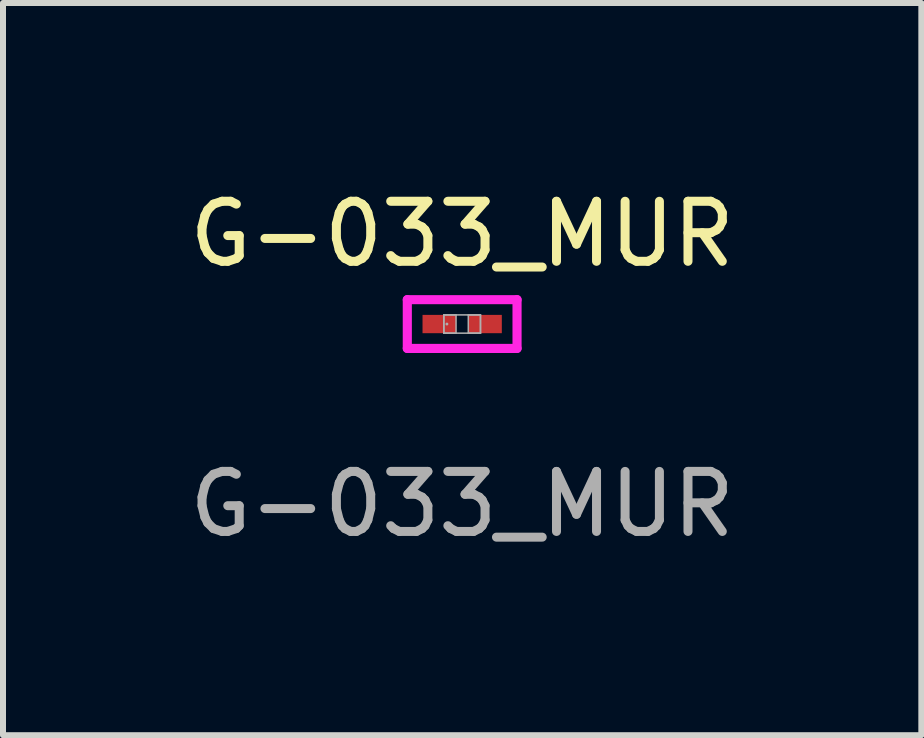
<source format=kicad_pcb>
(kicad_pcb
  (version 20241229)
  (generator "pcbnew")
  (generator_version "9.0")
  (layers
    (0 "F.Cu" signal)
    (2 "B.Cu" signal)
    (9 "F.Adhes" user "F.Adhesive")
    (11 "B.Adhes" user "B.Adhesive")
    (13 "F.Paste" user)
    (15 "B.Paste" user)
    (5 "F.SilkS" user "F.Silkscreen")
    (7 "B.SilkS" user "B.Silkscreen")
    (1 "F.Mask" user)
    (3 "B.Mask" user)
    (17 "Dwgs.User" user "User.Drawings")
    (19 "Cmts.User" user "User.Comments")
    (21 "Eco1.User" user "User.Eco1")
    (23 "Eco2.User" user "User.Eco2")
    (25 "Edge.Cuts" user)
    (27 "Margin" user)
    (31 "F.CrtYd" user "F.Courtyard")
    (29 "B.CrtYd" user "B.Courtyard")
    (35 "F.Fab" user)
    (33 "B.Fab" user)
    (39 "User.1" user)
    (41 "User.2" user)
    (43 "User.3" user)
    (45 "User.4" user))
  (footprint "G-033_MUR"
    (layer "F.Cu")
    (at 4.649 2.348)
    (property "Reference" "G-033_MUR" (at 0 -1.5 0) (unlocked yes) (layer "F.SilkS") (effects (font (size 1 1) (thickness 0.15))))
    (attr smd)
    (fp_line (start -0.914 -0.406) (end 0.914 -0.406) (stroke (width 0.152) (type solid)) (layer "F.CrtYd"))
    (fp_line (start -0.914 0.406) (end -0.914 -0.406) (stroke (width 0.152) (type solid)) (layer "F.CrtYd"))
    (fp_line (start 0.914 -0.406) (end 0.914 0.406) (stroke (width 0.152) (type solid)) (layer "F.CrtYd"))
    (fp_line (start 0.914 0.406) (end -0.914 0.406) (stroke (width 0.152) (type solid)) (layer "F.CrtYd"))
    (fp_line (start -0.305 -0.152) (end -0.305 0.152) (stroke (width 0.025) (type solid)) (layer "F.Fab"))
    (fp_line (start -0.305 -0.152) (end -0.305 0.152) (stroke (width 0.025) (type solid)) (layer "F.Fab"))
    (fp_line (start -0.305 0.152) (end -0.102 0.152) (stroke (width 0.025) (type solid)) (layer "F.Fab"))
    (fp_line (start -0.305 0.152) (end 0.305 0.152) (stroke (width 0.025) (type solid)) (layer "F.Fab"))
    (fp_line (start -0.102 -0.152) (end -0.305 -0.152) (stroke (width 0.025) (type solid)) (layer "F.Fab"))
    (fp_line (start -0.102 0.152) (end -0.102 -0.152) (stroke (width 0.025) (type solid)) (layer "F.Fab"))
    (fp_line (start 0.102 -0.152) (end 0.102 0.152) (stroke (width 0.025) (type solid)) (layer "F.Fab"))
    (fp_line (start 0.102 0.152) (end 0.305 0.152) (stroke (width 0.025) (type solid)) (layer "F.Fab"))
    (fp_line (start 0.305 -0.152) (end -0.305 -0.152) (stroke (width 0.025) (type solid)) (layer "F.Fab"))
    (fp_line (start 0.305 -0.152) (end 0.102 -0.152) (stroke (width 0.025) (type solid)) (layer "F.Fab"))
    (fp_line (start 0.305 0.152) (end 0.305 -0.152) (stroke (width 0.025) (type solid)) (layer "F.Fab"))
    (fp_line (start 0.305 0.152) (end 0.305 -0.152) (stroke (width 0.025) (type solid)) (layer "F.Fab"))
    (fp_circle (center -0.254 0) (end -0.254 0) (stroke (width 0.025) (type solid)) (fill no) (layer "F.Fab"))
    (fp_text user "${REFERENCE}" (at 0 3 0) (unlocked yes) (layer "F.Fab") (effects (font (size 1 1) (thickness 0.15))))
    (pad "1" smd rect (at -0.381 0) (size 0.559 0.305) (layers "F.Cu" "F.Mask" "F.Paste"))
    (pad "2" smd rect (at 0.381 0) (size 0.559 0.305) (layers "F.Cu" "F.Mask" "F.Paste"))
    (zone (net_name "") (layer "F.Cu") (hatch full 0.508) (connect_pads) (min_thickness 0.254) (filled_areas_thickness no) (keepout (tracks not_allowed) (vias not_allowed) (pads allowed) (copperpour not_allowed) (footprints allowed)) (placement (enabled no)) (fill) (polygon (pts (xy 4.598 2.247) (xy 4.7 2.247) (xy 4.7 2.45) (xy 4.598 2.45)))))
  (gr_rect
    (start -3 -3)
    (end 12.298 9.197)
    (stroke (width 0.1) (type default))
    (fill no)
    (layer "Edge.Cuts")))
</source>
